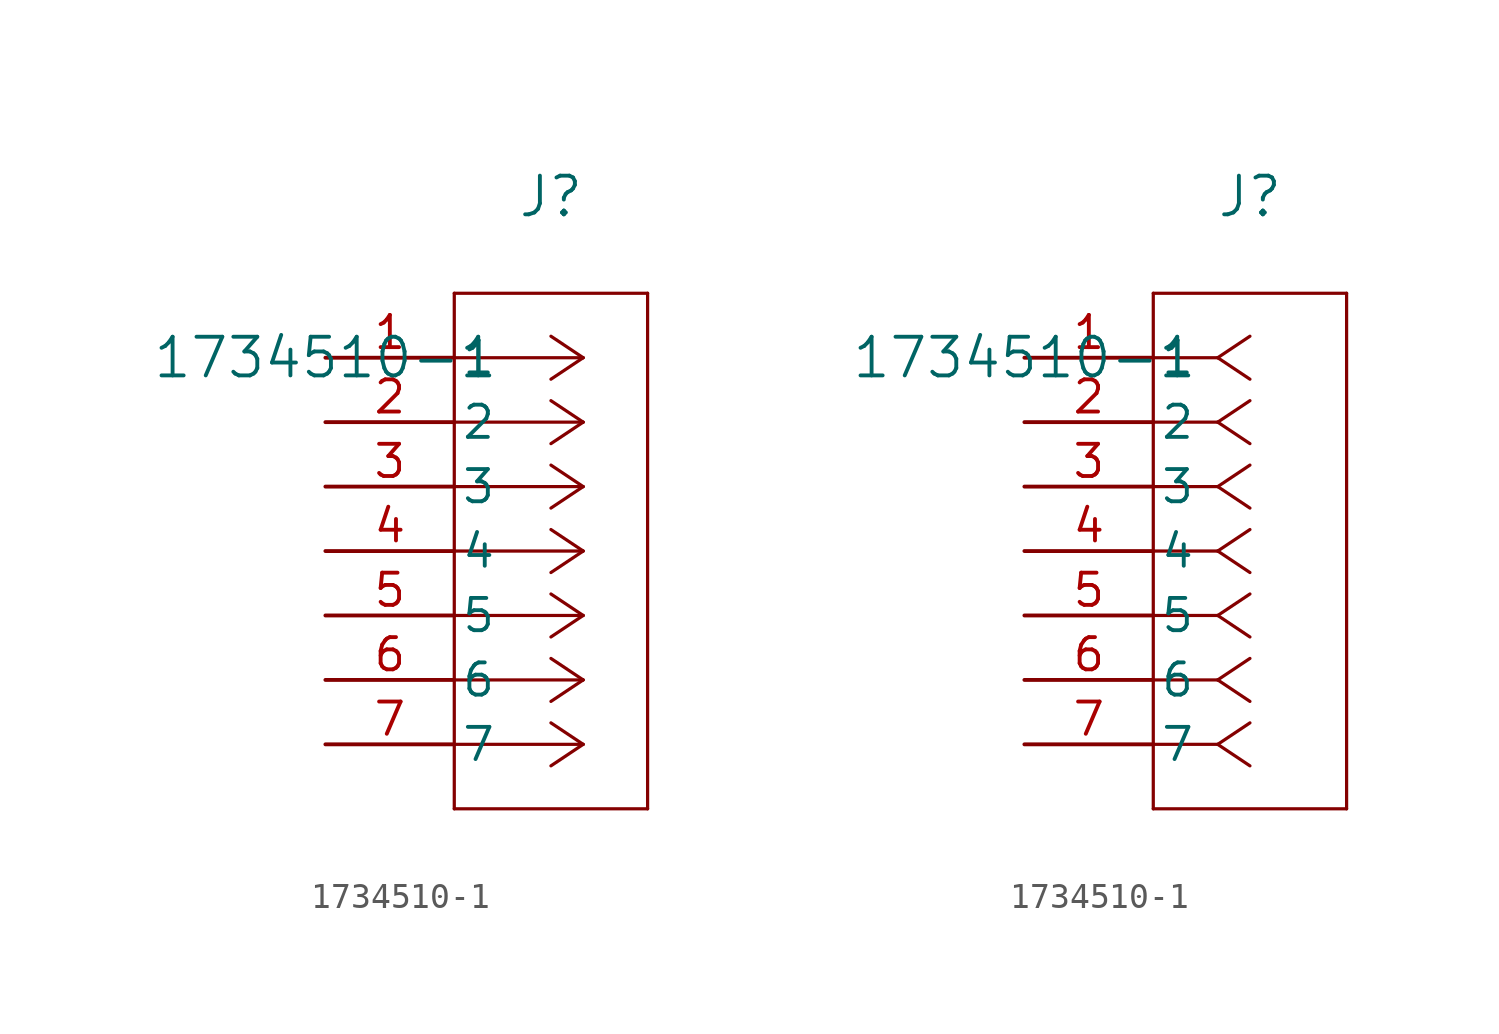
<source format=kicad_sym>
(kicad_symbol_lib
  (version 20211014)
  (generator kicad_symbol_editor)
  (symbol "1734510-1"
    (pin_names
      (offset 0.254))
    (property "Reference" "J"
      (at 8.89 6.35 0)
      (effects (font (size 1.524 1.524))))
    (property "Value" "1734510-1"
      (at 0 0 0)
      (effects (font (size 1.524 1.524))))
    (symbol "1734510-1_1_1"
      (polyline (pts (xy 10.16 0) (xy 5.08 0)) (stroke (width 0.127) (type default) (color 0 0 0 0)) (fill (type none)))
      (polyline (pts (xy 10.16 -2.54) (xy 5.08 -2.54)) (stroke (width 0.127) (type default) (color 0 0 0 0)) (fill (type none)))
      (polyline (pts (xy 10.16 -5.08) (xy 5.08 -5.08)) (stroke (width 0.127) (type default) (color 0 0 0 0)) (fill (type none)))
      (polyline (pts (xy 10.16 -7.62) (xy 5.08 -7.62)) (stroke (width 0.127) (type default) (color 0 0 0 0)) (fill (type none)))
      (polyline (pts (xy 10.16 -10.16) (xy 5.08 -10.16)) (stroke (width 0.127) (type default) (color 0 0 0 0)) (fill (type none)))
      (polyline (pts (xy 10.16 -12.7) (xy 5.08 -12.7)) (stroke (width 0.127) (type default) (color 0 0 0 0)) (fill (type none)))
      (polyline (pts (xy 10.16 -15.24) (xy 5.08 -15.24)) (stroke (width 0.127) (type default) (color 0 0 0 0)) (fill (type none)))
      (polyline (pts (xy 10.16 0) (xy 8.89 0.847)) (stroke (width 0.127) (type default) (color 0 0 0 0)) (fill (type none)))
      (polyline (pts (xy 10.16 -2.54) (xy 8.89 -1.693)) (stroke (width 0.127) (type default) (color 0 0 0 0)) (fill (type none)))
      (polyline (pts (xy 10.16 -5.08) (xy 8.89 -4.233)) (stroke (width 0.127) (type default) (color 0 0 0 0)) (fill (type none)))
      (polyline (pts (xy 10.16 -7.62) (xy 8.89 -6.773)) (stroke (width 0.127) (type default) (color 0 0 0 0)) (fill (type none)))
      (polyline (pts (xy 10.16 -10.16) (xy 8.89 -9.313)) (stroke (width 0.127) (type default) (color 0 0 0 0)) (fill (type none)))
      (polyline (pts (xy 10.16 -12.7) (xy 8.89 -11.853)) (stroke (width 0.127) (type default) (color 0 0 0 0)) (fill (type none)))
      (polyline (pts (xy 10.16 -15.24) (xy 8.89 -14.393)) (stroke (width 0.127) (type default) (color 0 0 0 0)) (fill (type none)))
      (polyline (pts (xy 10.16 0) (xy 8.89 -0.847)) (stroke (width 0.127) (type default) (color 0 0 0 0)) (fill (type none)))
      (polyline (pts (xy 10.16 -2.54) (xy 8.89 -3.387)) (stroke (width 0.127) (type default) (color 0 0 0 0)) (fill (type none)))
      (polyline (pts (xy 10.16 -5.08) (xy 8.89 -5.927)) (stroke (width 0.127) (type default) (color 0 0 0 0)) (fill (type none)))
      (polyline (pts (xy 10.16 -7.62) (xy 8.89 -8.467)) (stroke (width 0.127) (type default) (color 0 0 0 0)) (fill (type none)))
      (polyline (pts (xy 10.16 -10.16) (xy 8.89 -11.007)) (stroke (width 0.127) (type default) (color 0 0 0 0)) (fill (type none)))
      (polyline (pts (xy 10.16 -12.7) (xy 8.89 -13.547)) (stroke (width 0.127) (type default) (color 0 0 0 0)) (fill (type none)))
      (polyline (pts (xy 10.16 -15.24) (xy 8.89 -16.087)) (stroke (width 0.127) (type default) (color 0 0 0 0)) (fill (type none)))
      (polyline (pts (xy 5.08 2.54) (xy 5.08 -17.78)) (stroke (width 0.127) (type default) (color 0 0 0 0)) (fill (type none)))
      (polyline (pts (xy 5.08 -17.78) (xy 12.7 -17.78)) (stroke (width 0.127) (type default) (color 0 0 0 0)) (fill (type none)))
      (polyline (pts (xy 12.7 -17.78) (xy 12.7 2.54)) (stroke (width 0.127) (type default) (color 0 0 0 0)) (fill (type none)))
      (polyline (pts (xy 12.7 2.54) (xy 5.08 2.54)) (stroke (width 0.127) (type default) (color 0 0 0 0)) (fill (type none)))
      (pin unspecified line (at 0 0 0) (length 5.08) (name "1" (effects (font (size 1.27 1.27)))) (number "1" (effects (font (size 1.27 1.27)))))
      (pin unspecified line (at 0 -2.54 0) (length 5.08) (name "2" (effects (font (size 1.27 1.27)))) (number "2" (effects (font (size 1.27 1.27)))))
      (pin unspecified line (at 0 -5.08 0) (length 5.08) (name "3" (effects (font (size 1.27 1.27)))) (number "3" (effects (font (size 1.27 1.27)))))
      (pin unspecified line (at 0 -7.62 0) (length 5.08) (name "4" (effects (font (size 1.27 1.27)))) (number "4" (effects (font (size 1.27 1.27)))))
      (pin unspecified line (at 0 -10.16 0) (length 5.08) (name "5" (effects (font (size 1.27 1.27)))) (number "5" (effects (font (size 1.27 1.27)))))
      (pin unspecified line (at 0 -12.7 0) (length 5.08) (name "6" (effects (font (size 1.27 1.27)))) (number "6" (effects (font (size 1.27 1.27)))))
      (pin unspecified line (at 0 -15.24 0) (length 5.08) (name "7" (effects (font (size 1.27 1.27)))) (number "7" (effects (font (size 1.27 1.27))))))
    (symbol "1734510-1_1_2"
      (polyline (pts (xy 7.62 0) (xy 5.08 0)) (stroke (width 0.127) (type default) (color 0 0 0 0)) (fill (type none)))
      (polyline (pts (xy 7.62 -2.54) (xy 5.08 -2.54)) (stroke (width 0.127) (type default) (color 0 0 0 0)) (fill (type none)))
      (polyline (pts (xy 7.62 -5.08) (xy 5.08 -5.08)) (stroke (width 0.127) (type default) (color 0 0 0 0)) (fill (type none)))
      (polyline (pts (xy 7.62 -7.62) (xy 5.08 -7.62)) (stroke (width 0.127) (type default) (color 0 0 0 0)) (fill (type none)))
      (polyline (pts (xy 7.62 -10.16) (xy 5.08 -10.16)) (stroke (width 0.127) (type default) (color 0 0 0 0)) (fill (type none)))
      (polyline (pts (xy 7.62 -12.7) (xy 5.08 -12.7)) (stroke (width 0.127) (type default) (color 0 0 0 0)) (fill (type none)))
      (polyline (pts (xy 7.62 -15.24) (xy 5.08 -15.24)) (stroke (width 0.127) (type default) (color 0 0 0 0)) (fill (type none)))
      (polyline (pts (xy 7.62 0) (xy 8.89 0.847)) (stroke (width 0.127) (type default) (color 0 0 0 0)) (fill (type none)))
      (polyline (pts (xy 7.62 -2.54) (xy 8.89 -1.693)) (stroke (width 0.127) (type default) (color 0 0 0 0)) (fill (type none)))
      (polyline (pts (xy 7.62 -5.08) (xy 8.89 -4.233)) (stroke (width 0.127) (type default) (color 0 0 0 0)) (fill (type none)))
      (polyline (pts (xy 7.62 -7.62) (xy 8.89 -6.773)) (stroke (width 0.127) (type default) (color 0 0 0 0)) (fill (type none)))
      (polyline (pts (xy 7.62 -10.16) (xy 8.89 -9.313)) (stroke (width 0.127) (type default) (color 0 0 0 0)) (fill (type none)))
      (polyline (pts (xy 7.62 -12.7) (xy 8.89 -11.853)) (stroke (width 0.127) (type default) (color 0 0 0 0)) (fill (type none)))
      (polyline (pts (xy 7.62 -15.24) (xy 8.89 -14.393)) (stroke (width 0.127) (type default) (color 0 0 0 0)) (fill (type none)))
      (polyline (pts (xy 7.62 0) (xy 8.89 -0.847)) (stroke (width 0.127) (type default) (color 0 0 0 0)) (fill (type none)))
      (polyline (pts (xy 7.62 -2.54) (xy 8.89 -3.387)) (stroke (width 0.127) (type default) (color 0 0 0 0)) (fill (type none)))
      (polyline (pts (xy 7.62 -5.08) (xy 8.89 -5.927)) (stroke (width 0.127) (type default) (color 0 0 0 0)) (fill (type none)))
      (polyline (pts (xy 7.62 -7.62) (xy 8.89 -8.467)) (stroke (width 0.127) (type default) (color 0 0 0 0)) (fill (type none)))
      (polyline (pts (xy 7.62 -10.16) (xy 8.89 -11.007)) (stroke (width 0.127) (type default) (color 0 0 0 0)) (fill (type none)))
      (polyline (pts (xy 7.62 -12.7) (xy 8.89 -13.547)) (stroke (width 0.127) (type default) (color 0 0 0 0)) (fill (type none)))
      (polyline (pts (xy 7.62 -15.24) (xy 8.89 -16.087)) (stroke (width 0.127) (type default) (color 0 0 0 0)) (fill (type none)))
      (polyline (pts (xy 5.08 2.54) (xy 5.08 -17.78)) (stroke (width 0.127) (type default) (color 0 0 0 0)) (fill (type none)))
      (polyline (pts (xy 5.08 -17.78) (xy 12.7 -17.78)) (stroke (width 0.127) (type default) (color 0 0 0 0)) (fill (type none)))
      (polyline (pts (xy 12.7 -17.78) (xy 12.7 2.54)) (stroke (width 0.127) (type default) (color 0 0 0 0)) (fill (type none)))
      (polyline (pts (xy 12.7 2.54) (xy 5.08 2.54)) (stroke (width 0.127) (type default) (color 0 0 0 0)) (fill (type none)))
      (pin unspecified line (at 0 0 0) (length 5.08) (name "1" (effects (font (size 1.27 1.27)))) (number "1" (effects (font (size 1.27 1.27)))))
      (pin unspecified line (at 0 -2.54 0) (length 5.08) (name "2" (effects (font (size 1.27 1.27)))) (number "2" (effects (font (size 1.27 1.27)))))
      (pin unspecified line (at 0 -5.08 0) (length 5.08) (name "3" (effects (font (size 1.27 1.27)))) (number "3" (effects (font (size 1.27 1.27)))))
      (pin unspecified line (at 0 -7.62 0) (length 5.08) (name "4" (effects (font (size 1.27 1.27)))) (number "4" (effects (font (size 1.27 1.27)))))
      (pin unspecified line (at 0 -10.16 0) (length 5.08) (name "5" (effects (font (size 1.27 1.27)))) (number "5" (effects (font (size 1.27 1.27)))))
      (pin unspecified line (at 0 -12.7 0) (length 5.08) (name "6" (effects (font (size 1.27 1.27)))) (number "6" (effects (font (size 1.27 1.27)))))
      (pin unspecified line (at 0 -15.24 0) (length 5.08) (name "7" (effects (font (size 1.27 1.27)))) (number "7" (effects (font (size 1.27 1.27))))))))
</source>
